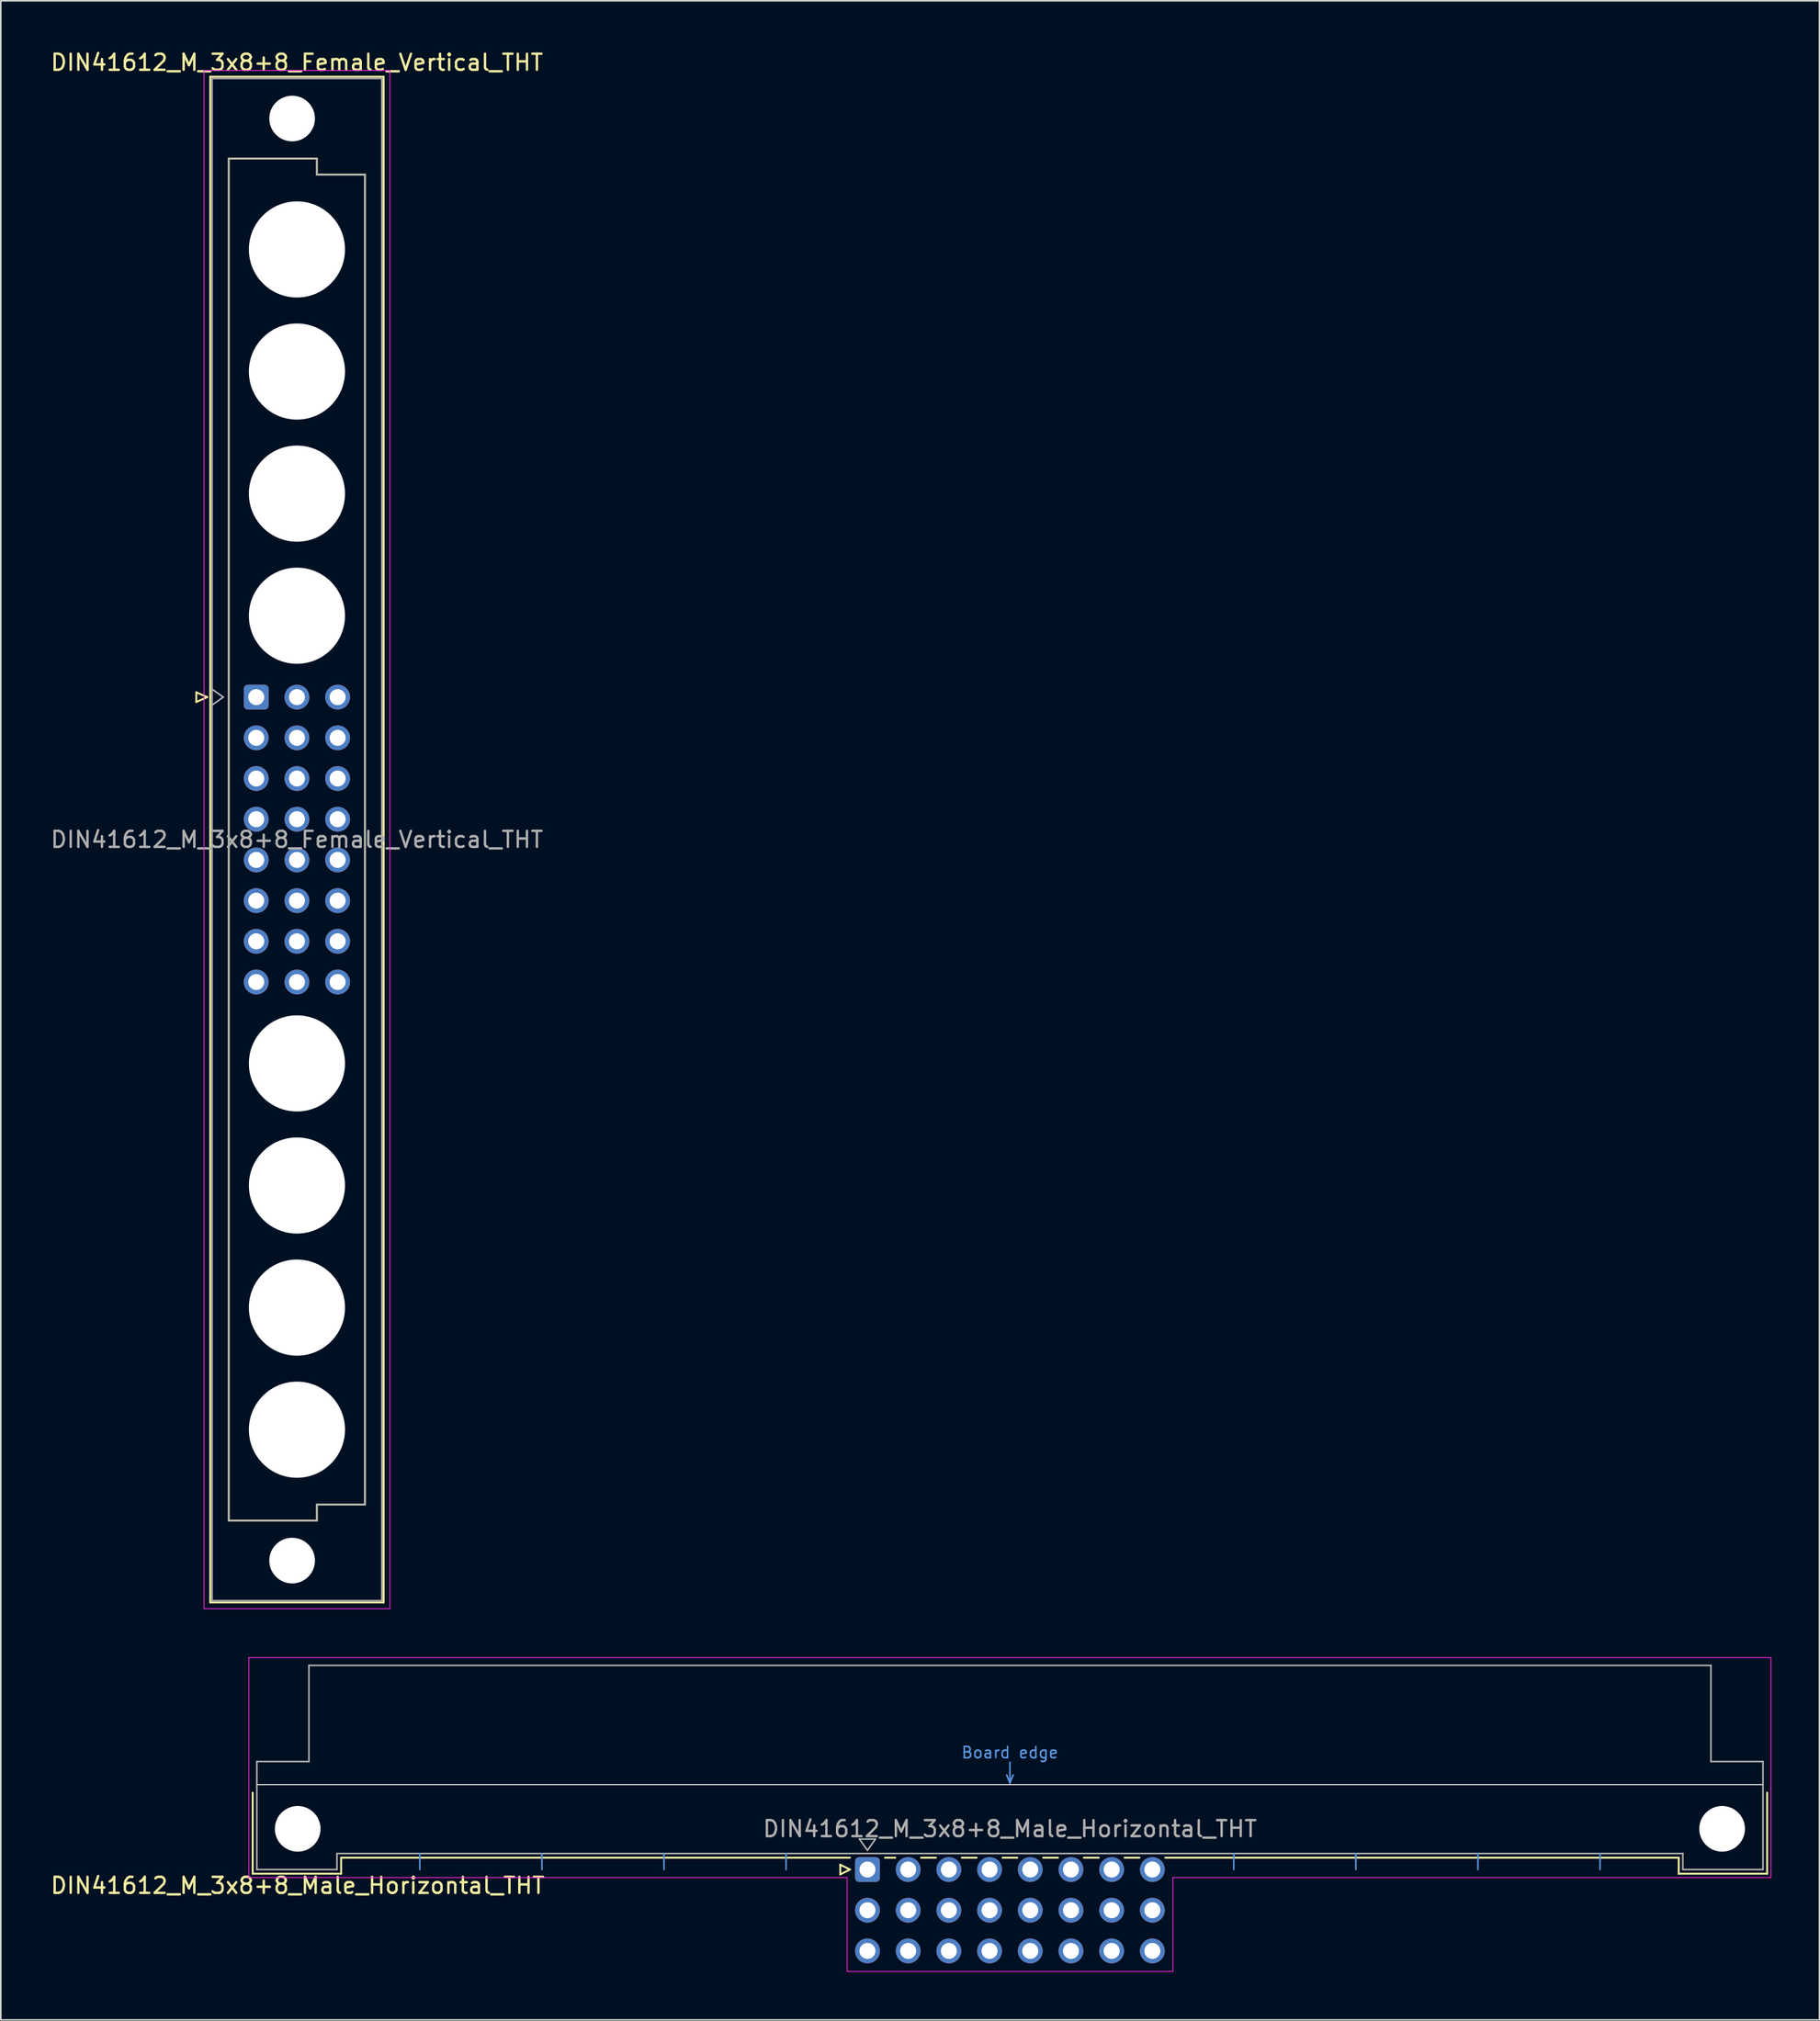
<source format=kicad_pcb>
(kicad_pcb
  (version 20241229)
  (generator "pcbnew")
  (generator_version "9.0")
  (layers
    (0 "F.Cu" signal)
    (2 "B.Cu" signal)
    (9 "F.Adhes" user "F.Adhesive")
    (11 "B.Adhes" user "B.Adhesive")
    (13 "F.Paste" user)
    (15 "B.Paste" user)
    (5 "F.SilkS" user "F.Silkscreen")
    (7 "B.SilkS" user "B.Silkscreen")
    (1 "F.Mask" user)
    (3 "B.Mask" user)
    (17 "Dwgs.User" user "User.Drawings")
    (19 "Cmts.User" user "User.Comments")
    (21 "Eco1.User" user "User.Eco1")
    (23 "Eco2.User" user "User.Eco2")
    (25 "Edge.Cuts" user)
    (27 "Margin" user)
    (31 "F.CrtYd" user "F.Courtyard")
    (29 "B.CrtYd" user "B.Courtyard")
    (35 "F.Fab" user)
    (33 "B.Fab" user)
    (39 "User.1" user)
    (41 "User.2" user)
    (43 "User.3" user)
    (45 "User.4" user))
  (footprint "DIN41612_M_3x8+8_Male_Horizontal_THT"
    (layer "F.Cu")
    (at 20.61 113.628)
    (property "Reference" "DIN41612_M_3x8+8_Male_Horizontal_THT" (at -5.08 1 0) (layer "F.SilkS") (effects (font (size 1 1) (thickness 0.15))))
    (attr through_hole)
    (fp_line (start -7.89 -4.8) (end -7.89 0.26) (stroke (width 0.12) (type solid)) (layer "F.SilkS"))
    (fp_line (start -7.89 0.26) (end -2.37 0.26) (stroke (width 0.12) (type solid)) (layer "F.SilkS"))
    (fp_line (start -2.37 -0.74) (end 29.385 -0.74) (stroke (width 0.12) (type solid)) (layer "F.SilkS"))
    (fp_line (start -2.37 0.26) (end -2.37 -0.74) (stroke (width 0.12) (type solid)) (layer "F.SilkS"))
    (fp_line (start 28.785 -0.3) (end 28.785 0.3) (stroke (width 0.12) (type solid)) (layer "F.SilkS"))
    (fp_line (start 28.785 0.3) (end 29.385 0) (stroke (width 0.12) (type solid)) (layer "F.SilkS"))
    (fp_line (start 29.385 0) (end 28.785 -0.3) (stroke (width 0.12) (type solid)) (layer "F.SilkS"))
    (fp_line (start 31.575 -0.74) (end 32.213 -0.74) (stroke (width 0.12) (type solid)) (layer "F.SilkS"))
    (fp_line (start 33.827 -0.74) (end 34.753 -0.74) (stroke (width 0.12) (type solid)) (layer "F.SilkS"))
    (fp_line (start 36.367 -0.74) (end 37.293 -0.74) (stroke (width 0.12) (type solid)) (layer "F.SilkS"))
    (fp_line (start 38.907 -0.74) (end 39.833 -0.74) (stroke (width 0.12) (type solid)) (layer "F.SilkS"))
    (fp_line (start 41.447 -0.74) (end 42.373 -0.74) (stroke (width 0.12) (type solid)) (layer "F.SilkS"))
    (fp_line (start 43.987 -0.74) (end 44.913 -0.74) (stroke (width 0.12) (type solid)) (layer "F.SilkS"))
    (fp_line (start 46.527 -0.74) (end 47.453 -0.74) (stroke (width 0.12) (type solid)) (layer "F.SilkS"))
    (fp_line (start 49.067 -0.74) (end 81.11 -0.74) (stroke (width 0.12) (type solid)) (layer "F.SilkS"))
    (fp_line (start 81.11 0.26) (end 81.11 -0.74) (stroke (width 0.12) (type solid)) (layer "F.SilkS"))
    (fp_line (start 86.63 -4.8) (end 86.63 0.26) (stroke (width 0.12) (type solid)) (layer "F.SilkS"))
    (fp_line (start 86.63 0.26) (end 81.11 0.26) (stroke (width 0.12) (type solid)) (layer "F.SilkS"))
    (fp_line (start -7.63 -5.3) (end 86.37 -5.3) (stroke (width 0.08) (type solid)) (layer "Dwgs.User"))
    (fp_line (start 2.54 0) (end 2.54 -1) (stroke (width 0.1) (type solid)) (layer "Cmts.User"))
    (fp_line (start 10.16 0) (end 10.16 -1) (stroke (width 0.1) (type solid)) (layer "Cmts.User"))
    (fp_line (start 17.78 0) (end 17.78 -1) (stroke (width 0.1) (type solid)) (layer "Cmts.User"))
    (fp_line (start 25.4 0) (end 25.4 -1) (stroke (width 0.1) (type solid)) (layer "Cmts.User"))
    (fp_line (start 39.17 -5.9) (end 39.37 -5.4) (stroke (width 0.1) (type solid)) (layer "Cmts.User"))
    (fp_line (start 39.37 -5.4) (end 39.37 -6.7) (stroke (width 0.1) (type solid)) (layer "Cmts.User"))
    (fp_line (start 39.37 -5.4) (end 39.57 -5.9) (stroke (width 0.1) (type solid)) (layer "Cmts.User"))
    (fp_line (start 53.34 0) (end 53.34 -1) (stroke (width 0.1) (type solid)) (layer "Cmts.User"))
    (fp_line (start 60.96 0) (end 60.96 -1) (stroke (width 0.1) (type solid)) (layer "Cmts.User"))
    (fp_line (start 68.58 0) (end 68.58 -1) (stroke (width 0.1) (type solid)) (layer "Cmts.User"))
    (fp_line (start 76.2 0) (end 76.2 -1) (stroke (width 0.1) (type solid)) (layer "Cmts.User"))
    (fp_line (start -8.13 -13.23) (end -8.13 0.5) (stroke (width 0.05) (type solid)) (layer "F.CrtYd"))
    (fp_line (start -8.13 0.5) (end 29.21 0.5) (stroke (width 0.05) (type solid)) (layer "F.CrtYd"))
    (fp_line (start 29.21 0.5) (end 29.21 6.36) (stroke (width 0.05) (type solid)) (layer "F.CrtYd"))
    (fp_line (start 29.21 6.36) (end 49.54 6.36) (stroke (width 0.05) (type solid)) (layer "F.CrtYd"))
    (fp_line (start 49.54 0.5) (end 86.87 0.5) (stroke (width 0.05) (type solid)) (layer "F.CrtYd"))
    (fp_line (start 49.54 6.36) (end 49.54 0.5) (stroke (width 0.05) (type solid)) (layer "F.CrtYd"))
    (fp_line (start 86.87 -13.23) (end -8.13 -13.23) (stroke (width 0.05) (type solid)) (layer "F.CrtYd"))
    (fp_line (start 86.87 0.5) (end 86.87 -13.23) (stroke (width 0.05) (type solid)) (layer "F.CrtYd"))
    (fp_line (start -7.63 -6.74) (end -7.63 0) (stroke (width 0.1) (type solid)) (layer "F.Fab"))
    (fp_line (start -7.63 0) (end -2.63 0) (stroke (width 0.1) (type solid)) (layer "F.Fab"))
    (fp_line (start -4.38 -12.74) (end -4.38 -6.74) (stroke (width 0.1) (type solid)) (layer "F.Fab"))
    (fp_line (start -4.38 -6.74) (end -7.63 -6.74) (stroke (width 0.1) (type solid)) (layer "F.Fab"))
    (fp_line (start -2.63 -1) (end 81.37 -1) (stroke (width 0.1) (type solid)) (layer "F.Fab"))
    (fp_line (start -2.63 0) (end -2.63 -1) (stroke (width 0.1) (type solid)) (layer "F.Fab"))
    (fp_line (start 29.98 -1.9) (end 30.98 -1.9) (stroke (width 0.1) (type solid)) (layer "F.Fab"))
    (fp_line (start 30.48 -1.2) (end 29.98 -1.9) (stroke (width 0.1) (type solid)) (layer "F.Fab"))
    (fp_line (start 30.98 -1.9) (end 30.48 -1.2) (stroke (width 0.1) (type solid)) (layer "F.Fab"))
    (fp_line (start 81.37 -1) (end 81.37 0) (stroke (width 0.1) (type solid)) (layer "F.Fab"))
    (fp_line (start 81.37 0) (end 86.37 0) (stroke (width 0.1) (type solid)) (layer "F.Fab"))
    (fp_line (start 83.12 -12.74) (end -4.38 -12.74) (stroke (width 0.1) (type solid)) (layer "F.Fab"))
    (fp_line (start 83.12 -6.74) (end 83.12 -12.74) (stroke (width 0.1) (type solid)) (layer "F.Fab"))
    (fp_line (start 86.37 -6.74) (end 83.12 -6.74) (stroke (width 0.1) (type solid)) (layer "F.Fab"))
    (fp_line (start 86.37 0) (end 86.37 -6.74) (stroke (width 0.1) (type solid)) (layer "F.Fab"))
    (fp_text user "Board edge" (at 39.37 -7.3 0) (layer "Cmts.User") (effects (font (size 0.7 0.7) (thickness 0.1))))
    (fp_text user "${REFERENCE}" (at 39.37 -2.54 0) (layer "F.Fab") (effects (font (size 1 1) (thickness 0.15))))
    (pad "" np_thru_hole circle (at -5.08 -2.54) (size 2.85 2.85) (drill 2.85) (layers "*.Cu" "*.Mask"))
    (pad "" np_thru_hole circle (at 83.82 -2.54) (size 2.85 2.85) (drill 2.85) (layers "*.Cu" "*.Mask"))
    (pad "a13" thru_hole roundrect (at 30.48 0) (size 1.55 1.55) (drill 1) (layers "*.Cu" "*.Mask") (roundrect_rratio 0.161))
    (pad "a14" thru_hole circle (at 33.02 0) (size 1.55 1.55) (drill 1) (layers "*.Cu" "*.Mask"))
    (pad "a15" thru_hole circle (at 35.56 0) (size 1.55 1.55) (drill 1) (layers "*.Cu" "*.Mask"))
    (pad "a16" thru_hole circle (at 38.1 0) (size 1.55 1.55) (drill 1) (layers "*.Cu" "*.Mask"))
    (pad "a17" thru_hole circle (at 40.64 0) (size 1.55 1.55) (drill 1) (layers "*.Cu" "*.Mask"))
    (pad "a18" thru_hole circle (at 43.18 0) (size 1.55 1.55) (drill 1) (layers "*.Cu" "*.Mask"))
    (pad "a19" thru_hole circle (at 45.72 0) (size 1.55 1.55) (drill 1) (layers "*.Cu" "*.Mask"))
    (pad "a20" thru_hole circle (at 48.26 0) (size 1.55 1.55) (drill 1) (layers "*.Cu" "*.Mask"))
    (pad "b13" thru_hole circle (at 30.48 2.54) (size 1.55 1.55) (drill 1) (layers "*.Cu" "*.Mask"))
    (pad "b14" thru_hole circle (at 33.02 2.54) (size 1.55 1.55) (drill 1) (layers "*.Cu" "*.Mask"))
    (pad "b15" thru_hole circle (at 35.56 2.54) (size 1.55 1.55) (drill 1) (layers "*.Cu" "*.Mask"))
    (pad "b16" thru_hole circle (at 38.1 2.54) (size 1.55 1.55) (drill 1) (layers "*.Cu" "*.Mask"))
    (pad "b17" thru_hole circle (at 40.64 2.54) (size 1.55 1.55) (drill 1) (layers "*.Cu" "*.Mask"))
    (pad "b18" thru_hole circle (at 43.18 2.54) (size 1.55 1.55) (drill 1) (layers "*.Cu" "*.Mask"))
    (pad "b19" thru_hole circle (at 45.72 2.54) (size 1.55 1.55) (drill 1) (layers "*.Cu" "*.Mask"))
    (pad "b20" thru_hole circle (at 48.26 2.54) (size 1.55 1.55) (drill 1) (layers "*.Cu" "*.Mask"))
    (pad "c13" thru_hole circle (at 30.48 5.08) (size 1.55 1.55) (drill 1) (layers "*.Cu" "*.Mask"))
    (pad "c14" thru_hole circle (at 33.02 5.08) (size 1.55 1.55) (drill 1) (layers "*.Cu" "*.Mask"))
    (pad "c15" thru_hole circle (at 35.56 5.08) (size 1.55 1.55) (drill 1) (layers "*.Cu" "*.Mask"))
    (pad "c16" thru_hole circle (at 38.1 5.08) (size 1.55 1.55) (drill 1) (layers "*.Cu" "*.Mask"))
    (pad "c17" thru_hole circle (at 40.64 5.08) (size 1.55 1.55) (drill 1) (layers "*.Cu" "*.Mask"))
    (pad "c18" thru_hole circle (at 43.18 5.08) (size 1.55 1.55) (drill 1) (layers "*.Cu" "*.Mask"))
    (pad "c19" thru_hole circle (at 45.72 5.08) (size 1.55 1.55) (drill 1) (layers "*.Cu" "*.Mask"))
    (pad "c20" thru_hole circle (at 48.26 5.08) (size 1.55 1.55) (drill 1) (layers "*.Cu" "*.Mask")))
  (footprint "DIN41612_M_3x8+8_Female_Vertical_THT"
    (layer "F.Cu")
    (at 12.942 9.978)
    (property "Reference" "DIN41612_M_3x8+8_Female_Vertical_THT" (at 2.54 -9.13 0) (layer "F.SilkS") (effects (font (size 1 1) (thickness 0.15))))
    (attr through_hole)
    (fp_line (start -3.74 30.18) (end -3.74 30.78) (stroke (width 0.12) (type solid)) (layer "F.SilkS"))
    (fp_line (start -3.74 30.78) (end -3.06 30.48) (stroke (width 0.12) (type solid)) (layer "F.SilkS"))
    (fp_line (start -3.06 30.48) (end -3.74 30.18) (stroke (width 0.12) (type solid)) (layer "F.SilkS"))
    (fp_line (start -2.87 -8.24) (end 7.95 -8.24) (stroke (width 0.12) (type solid)) (layer "F.SilkS"))
    (fp_line (start -2.87 86.98) (end -2.87 -8.24) (stroke (width 0.12) (type solid)) (layer "F.SilkS"))
    (fp_line (start -1.71 -3.13) (end 3.79 -3.13) (stroke (width 0.12) (type solid)) (layer "F.SilkS"))
    (fp_line (start -1.71 81.87) (end -1.71 -3.13) (stroke (width 0.12) (type solid)) (layer "F.SilkS"))
    (fp_line (start 3.79 -3.13) (end 3.79 -2.13) (stroke (width 0.12) (type solid)) (layer "F.SilkS"))
    (fp_line (start 3.79 -2.13) (end 6.79 -2.13) (stroke (width 0.12) (type solid)) (layer "F.SilkS"))
    (fp_line (start 3.79 80.87) (end 3.79 81.87) (stroke (width 0.12) (type solid)) (layer "F.SilkS"))
    (fp_line (start 3.79 81.87) (end -1.71 81.87) (stroke (width 0.12) (type solid)) (layer "F.SilkS"))
    (fp_line (start 6.79 -2.13) (end 6.79 80.87) (stroke (width 0.12) (type solid)) (layer "F.SilkS"))
    (fp_line (start 6.79 80.87) (end 3.79 80.87) (stroke (width 0.12) (type solid)) (layer "F.SilkS"))
    (fp_line (start 7.95 -8.24) (end 7.95 86.98) (stroke (width 0.12) (type solid)) (layer "F.SilkS"))
    (fp_line (start 7.95 86.98) (end -2.87 86.98) (stroke (width 0.12) (type solid)) (layer "F.SilkS"))
    (fp_line (start -3.26 -8.63) (end 8.34 -8.63) (stroke (width 0.05) (type solid)) (layer "F.CrtYd"))
    (fp_line (start -3.26 87.37) (end -3.26 -8.63) (stroke (width 0.05) (type solid)) (layer "F.CrtYd"))
    (fp_line (start 8.34 -8.63) (end 8.34 87.37) (stroke (width 0.05) (type solid)) (layer "F.CrtYd"))
    (fp_line (start 8.34 87.37) (end -3.26 87.37) (stroke (width 0.05) (type solid)) (layer "F.CrtYd"))
    (fp_line (start -2.76 -8.13) (end 7.84 -8.13) (stroke (width 0.1) (type solid)) (layer "F.Fab"))
    (fp_line (start -2.76 29.98) (end -2.06 30.48) (stroke (width 0.1) (type solid)) (layer "F.Fab"))
    (fp_line (start -2.76 86.87) (end -2.76 -8.13) (stroke (width 0.1) (type solid)) (layer "F.Fab"))
    (fp_line (start -2.06 30.48) (end -2.76 30.98) (stroke (width 0.1) (type solid)) (layer "F.Fab"))
    (fp_line (start -1.71 -3.13) (end 3.79 -3.13) (stroke (width 0.1) (type solid)) (layer "F.Fab"))
    (fp_line (start -1.71 81.87) (end -1.71 -3.13) (stroke (width 0.1) (type solid)) (layer "F.Fab"))
    (fp_line (start 3.79 -3.13) (end 3.79 -2.13) (stroke (width 0.1) (type solid)) (layer "F.Fab"))
    (fp_line (start 3.79 -2.13) (end 6.79 -2.13) (stroke (width 0.1) (type solid)) (layer "F.Fab"))
    (fp_line (start 3.79 80.87) (end 3.79 81.87) (stroke (width 0.1) (type solid)) (layer "F.Fab"))
    (fp_line (start 3.79 81.87) (end -1.71 81.87) (stroke (width 0.1) (type solid)) (layer "F.Fab"))
    (fp_line (start 6.79 -2.13) (end 6.79 80.87) (stroke (width 0.1) (type solid)) (layer "F.Fab"))
    (fp_line (start 6.79 80.87) (end 3.79 80.87) (stroke (width 0.1) (type solid)) (layer "F.Fab"))
    (fp_line (start 7.84 -8.13) (end 7.84 86.87) (stroke (width 0.1) (type solid)) (layer "F.Fab"))
    (fp_line (start 7.84 86.87) (end -2.76 86.87) (stroke (width 0.1) (type solid)) (layer "F.Fab"))
    (fp_text user "${REFERENCE}" (at 2.54 39.37 0) (layer "F.Fab") (effects (font (size 1 1) (thickness 0.15))))
    (pad "" np_thru_hole circle (at 2.24 -5.63) (size 2.85 2.85) (drill 2.85) (layers "*.Cu" "*.Mask"))
    (pad "" np_thru_hole circle (at 2.24 84.37) (size 2.85 2.85) (drill 2.85) (layers "*.Cu" "*.Mask"))
    (pad "" np_thru_hole circle (at 2.54 2.54) (size 6 6) (drill 6) (layers "*.Cu" "*.Mask"))
    (pad "" np_thru_hole circle (at 2.54 10.16) (size 6 6) (drill 6) (layers "*.Cu" "*.Mask"))
    (pad "" np_thru_hole circle (at 2.54 17.78) (size 6 6) (drill 6) (layers "*.Cu" "*.Mask"))
    (pad "" np_thru_hole circle (at 2.54 25.4) (size 6 6) (drill 6) (layers "*.Cu" "*.Mask"))
    (pad "" np_thru_hole circle (at 2.54 53.34) (size 6 6) (drill 6) (layers "*.Cu" "*.Mask"))
    (pad "" np_thru_hole circle (at 2.54 60.96) (size 6 6) (drill 6) (layers "*.Cu" "*.Mask"))
    (pad "" np_thru_hole circle (at 2.54 68.58) (size 6 6) (drill 6) (layers "*.Cu" "*.Mask"))
    (pad "" np_thru_hole circle (at 2.54 76.2) (size 6 6) (drill 6) (layers "*.Cu" "*.Mask"))
    (pad "a13" thru_hole roundrect (at 0 30.48) (size 1.55 1.55) (drill 1) (layers "*.Cu" "*.Mask") (roundrect_rratio 0.161))
    (pad "a14" thru_hole circle (at 0 33.02) (size 1.55 1.55) (drill 1) (layers "*.Cu" "*.Mask"))
    (pad "a15" thru_hole circle (at 0 35.56) (size 1.55 1.55) (drill 1) (layers "*.Cu" "*.Mask"))
    (pad "a16" thru_hole circle (at 0 38.1) (size 1.55 1.55) (drill 1) (layers "*.Cu" "*.Mask"))
    (pad "a17" thru_hole circle (at 0 40.64) (size 1.55 1.55) (drill 1) (layers "*.Cu" "*.Mask"))
    (pad "a18" thru_hole circle (at 0 43.18) (size 1.55 1.55) (drill 1) (layers "*.Cu" "*.Mask"))
    (pad "a19" thru_hole circle (at 0 45.72) (size 1.55 1.55) (drill 1) (layers "*.Cu" "*.Mask"))
    (pad "a20" thru_hole circle (at 0 48.26) (size 1.55 1.55) (drill 1) (layers "*.Cu" "*.Mask"))
    (pad "b13" thru_hole circle (at 2.54 30.48) (size 1.55 1.55) (drill 1) (layers "*.Cu" "*.Mask"))
    (pad "b14" thru_hole circle (at 2.54 33.02) (size 1.55 1.55) (drill 1) (layers "*.Cu" "*.Mask"))
    (pad "b15" thru_hole circle (at 2.54 35.56) (size 1.55 1.55) (drill 1) (layers "*.Cu" "*.Mask"))
    (pad "b16" thru_hole circle (at 2.54 38.1) (size 1.55 1.55) (drill 1) (layers "*.Cu" "*.Mask"))
    (pad "b17" thru_hole circle (at 2.54 40.64) (size 1.55 1.55) (drill 1) (layers "*.Cu" "*.Mask"))
    (pad "b18" thru_hole circle (at 2.54 43.18) (size 1.55 1.55) (drill 1) (layers "*.Cu" "*.Mask"))
    (pad "b19" thru_hole circle (at 2.54 45.72) (size 1.55 1.55) (drill 1) (layers "*.Cu" "*.Mask"))
    (pad "b20" thru_hole circle (at 2.54 48.26) (size 1.55 1.55) (drill 1) (layers "*.Cu" "*.Mask"))
    (pad "c13" thru_hole circle (at 5.08 30.48) (size 1.55 1.55) (drill 1) (layers "*.Cu" "*.Mask"))
    (pad "c14" thru_hole circle (at 5.08 33.02) (size 1.55 1.55) (drill 1) (layers "*.Cu" "*.Mask"))
    (pad "c15" thru_hole circle (at 5.08 35.56) (size 1.55 1.55) (drill 1) (layers "*.Cu" "*.Mask"))
    (pad "c16" thru_hole circle (at 5.08 38.1) (size 1.55 1.55) (drill 1) (layers "*.Cu" "*.Mask"))
    (pad "c17" thru_hole circle (at 5.08 40.64) (size 1.55 1.55) (drill 1) (layers "*.Cu" "*.Mask"))
    (pad "c18" thru_hole circle (at 5.08 43.18) (size 1.55 1.55) (drill 1) (layers "*.Cu" "*.Mask"))
    (pad "c19" thru_hole circle (at 5.08 45.72) (size 1.55 1.55) (drill 1) (layers "*.Cu" "*.Mask"))
    (pad "c20" thru_hole circle (at 5.08 48.26) (size 1.55 1.55) (drill 1) (layers "*.Cu" "*.Mask")))
  (gr_rect
    (start -3 -3)
    (end 110.505 123.013)
    (stroke (width 0.1) (type default))
    (fill no)
    (layer "Edge.Cuts")))
</source>
